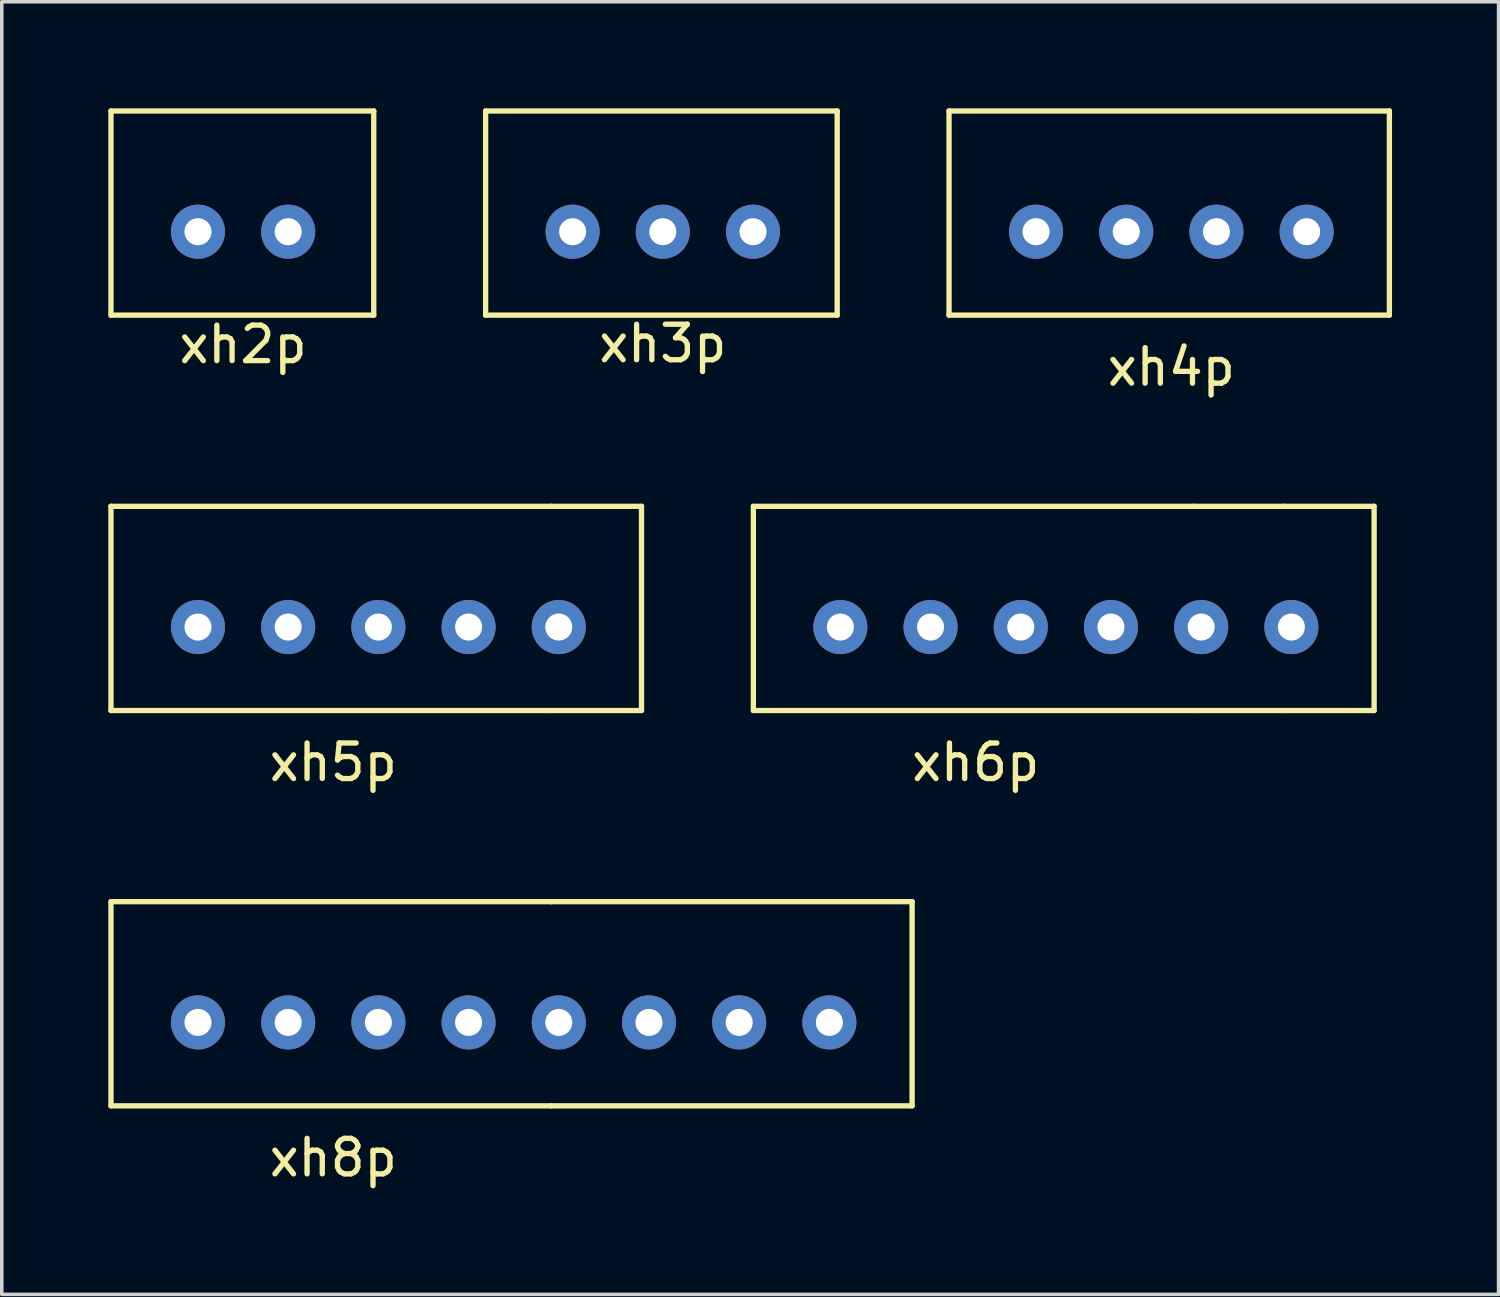
<source format=kicad_pcb>
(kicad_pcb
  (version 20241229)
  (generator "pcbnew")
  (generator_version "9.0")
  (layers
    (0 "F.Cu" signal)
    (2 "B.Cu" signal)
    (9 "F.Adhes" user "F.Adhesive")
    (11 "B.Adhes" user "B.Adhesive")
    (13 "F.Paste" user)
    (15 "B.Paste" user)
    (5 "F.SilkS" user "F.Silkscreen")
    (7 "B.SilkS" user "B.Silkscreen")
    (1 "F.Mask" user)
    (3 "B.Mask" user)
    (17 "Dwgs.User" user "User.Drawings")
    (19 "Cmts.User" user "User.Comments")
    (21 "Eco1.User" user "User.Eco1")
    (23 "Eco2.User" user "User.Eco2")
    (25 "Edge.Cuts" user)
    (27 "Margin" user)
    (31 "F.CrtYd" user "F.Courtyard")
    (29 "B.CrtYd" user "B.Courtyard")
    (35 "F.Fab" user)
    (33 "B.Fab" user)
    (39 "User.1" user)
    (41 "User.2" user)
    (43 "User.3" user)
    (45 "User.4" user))
  (footprint "xh3p"
    (layer "F.Cu")
    (at 13.075 3.475)
    (property "Reference" "xh3p" (at 2.54 3.15 0) (layer "F.SilkS") (effects (font (size 1 1) (thickness 0.15))))
    (attr through_hole)
    (fp_line (start -2.45 -3.4) (end -2.45 2.35) (stroke (width 0.15) (type solid)) (layer "F.SilkS"))
    (fp_line (start -2.45 2.35) (end 7.45 2.35) (stroke (width 0.15) (type solid)) (layer "F.SilkS"))
    (fp_line (start 7.45 -3.4) (end -2.45 -3.4) (stroke (width 0.15) (type solid)) (layer "F.SilkS"))
    (fp_line (start 7.45 2.35) (end 7.45 -3.4) (stroke (width 0.15) (type solid)) (layer "F.SilkS"))
    (pad "1" thru_hole circle (at 0 0) (size 1.524 1.524) (drill 0.762) (layers "*.Cu" "*.Mask"))
    (pad "2" thru_hole circle (at 2.54 0) (size 1.524 1.524) (drill 0.762) (layers "*.Cu" "*.Mask"))
    (pad "3" thru_hole circle (at 5.08 0) (size 1.524 1.524) (drill 0.762) (layers "*.Cu" "*.Mask")))
  (footprint "xh8p"
    (layer "F.Cu")
    (at 2.525 25.741)
    (property "Reference" "xh8p" (at 3.81 3.81 0) (layer "F.SilkS") (effects (font (size 1 1) (thickness 0.15))))
    (attr through_hole)
    (fp_line (start -2.45 -3.4) (end -2.45 2.35) (stroke (width 0.15) (type solid)) (layer "F.SilkS"))
    (fp_line (start -2.45 2.35) (end 9.95 2.35) (stroke (width 0.15) (type solid)) (layer "F.SilkS"))
    (fp_line (start 9.95 -3.4) (end -2.45 -3.4) (stroke (width 0.15) (type solid)) (layer "F.SilkS"))
    (fp_line (start 9.95 -3.4) (end 20.11 -3.4) (stroke (width 0.15) (type solid)) (layer "F.SilkS"))
    (fp_line (start 9.95 2.35) (end 20.11 2.35) (stroke (width 0.15) (type solid)) (layer "F.SilkS"))
    (fp_line (start 20.11 2.35) (end 20.11 -3.4) (stroke (width 0.15) (type solid)) (layer "F.SilkS"))
    (pad "1" thru_hole circle (at 0 0) (size 1.524 1.524) (drill 0.762) (layers "*.Cu" "*.Mask"))
    (pad "2" thru_hole circle (at 2.54 0) (size 1.524 1.524) (drill 0.762) (layers "*.Cu" "*.Mask"))
    (pad "3" thru_hole circle (at 5.08 0) (size 1.524 1.524) (drill 0.762) (layers "*.Cu" "*.Mask"))
    (pad "4" thru_hole circle (at 7.62 0) (size 1.524 1.524) (drill 0.762) (layers "*.Cu" "*.Mask"))
    (pad "5" thru_hole circle (at 10.16 0) (size 1.524 1.524) (drill 0.762) (layers "*.Cu" "*.Mask"))
    (pad "6" thru_hole circle (at 12.7 0) (size 1.524 1.524) (drill 0.762) (layers "*.Cu" "*.Mask"))
    (pad "7" thru_hole circle (at 15.24 0) (size 1.524 1.524) (drill 0.762) (layers "*.Cu" "*.Mask"))
    (pad "8" thru_hole circle (at 17.78 0) (size 1.524 1.524) (drill 0.762) (layers "*.Cu" "*.Mask")))
  (footprint "xh6p"
    (layer "F.Cu")
    (at 20.615 14.608)
    (property "Reference" "xh6p" (at 3.81 3.81 0) (layer "F.SilkS") (effects (font (size 1 1) (thickness 0.15))))
    (attr through_hole)
    (fp_line (start -2.45 -3.4) (end -2.45 2.35) (stroke (width 0.15) (type solid)) (layer "F.SilkS"))
    (fp_line (start -2.45 2.35) (end 9.95 2.35) (stroke (width 0.15) (type solid)) (layer "F.SilkS"))
    (fp_line (start 9.95 -3.4) (end -2.45 -3.4) (stroke (width 0.15) (type solid)) (layer "F.SilkS"))
    (fp_line (start 9.95 2.35) (end 12.49 2.35) (stroke (width 0.15) (type solid)) (layer "F.SilkS"))
    (fp_line (start 12.49 -3.4) (end 9.95 -3.4) (stroke (width 0.15) (type solid)) (layer "F.SilkS"))
    (fp_line (start 12.49 -3.4) (end 15.03 -3.4) (stroke (width 0.15) (type solid)) (layer "F.SilkS"))
    (fp_line (start 12.49 2.35) (end 15.03 2.35) (stroke (width 0.15) (type solid)) (layer "F.SilkS"))
    (fp_line (start 15.03 2.35) (end 15.03 -3.4) (stroke (width 0.15) (type solid)) (layer "F.SilkS"))
    (pad "1" thru_hole circle (at 0 0) (size 1.524 1.524) (drill 0.762) (layers "*.Cu" "*.Mask"))
    (pad "2" thru_hole circle (at 2.54 0) (size 1.524 1.524) (drill 0.762) (layers "*.Cu" "*.Mask"))
    (pad "3" thru_hole circle (at 5.08 0) (size 1.524 1.524) (drill 0.762) (layers "*.Cu" "*.Mask"))
    (pad "4" thru_hole circle (at 7.62 0) (size 1.524 1.524) (drill 0.762) (layers "*.Cu" "*.Mask"))
    (pad "5" thru_hole circle (at 10.16 0) (size 1.524 1.524) (drill 0.762) (layers "*.Cu" "*.Mask"))
    (pad "6" thru_hole circle (at 12.7 0) (size 1.524 1.524) (drill 0.762) (layers "*.Cu" "*.Mask")))
  (footprint "xh2p"
    (layer "F.Cu")
    (at 2.525 3.475)
    (property "Reference" "xh2p" (at 1.27 3.175 0) (layer "F.SilkS") (effects (font (size 1 1) (thickness 0.15))))
    (attr through_hole)
    (fp_line (start -2.45 -3.4) (end 4.95 -3.4) (stroke (width 0.15) (type solid)) (layer "F.SilkS"))
    (fp_line (start -2.45 2.35) (end -2.45 -3.4) (stroke (width 0.15) (type solid)) (layer "F.SilkS"))
    (fp_line (start -2.45 2.35) (end 4.95 2.35) (stroke (width 0.15) (type solid)) (layer "F.SilkS"))
    (fp_line (start 4.95 2.35) (end 4.95 -3.4) (stroke (width 0.15) (type solid)) (layer "F.SilkS"))
    (pad "1" thru_hole circle (at 0 0) (size 1.524 1.524) (drill 0.762) (layers "*.Cu" "*.Mask"))
    (pad "2" thru_hole circle (at 2.54 0) (size 1.524 1.524) (drill 0.762) (layers "*.Cu" "*.Mask")))
  (footprint "xh5p"
    (layer "F.Cu")
    (at 2.525 14.608)
    (property "Reference" "xh5p" (at 3.81 3.81 0) (layer "F.SilkS") (effects (font (size 1 1) (thickness 0.15))))
    (attr through_hole)
    (fp_line (start -2.45 -3.4) (end -2.45 2.35) (stroke (width 0.15) (type solid)) (layer "F.SilkS"))
    (fp_line (start -2.45 2.35) (end 9.95 2.35) (stroke (width 0.15) (type solid)) (layer "F.SilkS"))
    (fp_line (start 9.95 -3.4) (end -2.45 -3.4) (stroke (width 0.15) (type solid)) (layer "F.SilkS"))
    (fp_line (start 9.95 2.35) (end 12.49 2.35) (stroke (width 0.15) (type solid)) (layer "F.SilkS"))
    (fp_line (start 12.49 -3.4) (end 9.95 -3.4) (stroke (width 0.15) (type solid)) (layer "F.SilkS"))
    (fp_line (start 12.49 2.35) (end 12.49 -3.4) (stroke (width 0.15) (type solid)) (layer "F.SilkS"))
    (pad "1" thru_hole circle (at 0 0) (size 1.524 1.524) (drill 0.762) (layers "*.Cu" "*.Mask"))
    (pad "2" thru_hole circle (at 2.54 0) (size 1.524 1.524) (drill 0.762) (layers "*.Cu" "*.Mask"))
    (pad "3" thru_hole circle (at 5.08 0) (size 1.524 1.524) (drill 0.762) (layers "*.Cu" "*.Mask"))
    (pad "4" thru_hole circle (at 7.62 0) (size 1.524 1.524) (drill 0.762) (layers "*.Cu" "*.Mask"))
    (pad "5" thru_hole circle (at 10.16 0) (size 1.524 1.524) (drill 0.762) (layers "*.Cu" "*.Mask")))
  (footprint "xh4p"
    (layer "F.Cu")
    (at 26.125 3.475)
    (property "Reference" "xh4p" (at 3.81 3.81 0) (layer "F.SilkS") (effects (font (size 1 1) (thickness 0.15))))
    (attr through_hole)
    (fp_line (start -2.45 -3.4) (end -2.45 2.35) (stroke (width 0.15) (type solid)) (layer "F.SilkS"))
    (fp_line (start -2.45 2.35) (end 9.95 2.35) (stroke (width 0.15) (type solid)) (layer "F.SilkS"))
    (fp_line (start 9.95 -3.4) (end -2.45 -3.4) (stroke (width 0.15) (type solid)) (layer "F.SilkS"))
    (fp_line (start 9.95 2.35) (end 9.95 -3.4) (stroke (width 0.15) (type solid)) (layer "F.SilkS"))
    (pad "1" thru_hole circle (at 0 0) (size 1.524 1.524) (drill 0.762) (layers "*.Cu" "*.Mask"))
    (pad "2" thru_hole circle (at 2.54 0) (size 1.524 1.524) (drill 0.762) (layers "*.Cu" "*.Mask"))
    (pad "3" thru_hole circle (at 5.08 0) (size 1.524 1.524) (drill 0.762) (layers "*.Cu" "*.Mask"))
    (pad "4" thru_hole circle (at 7.62 0) (size 1.524 1.524) (drill 0.762) (layers "*.Cu" "*.Mask")))
  (gr_rect
    (start -3 -3)
    (end 39.15 33.4)
    (stroke (width 0.1) (type default))
    (fill no)
    (layer "Edge.Cuts")))
</source>
